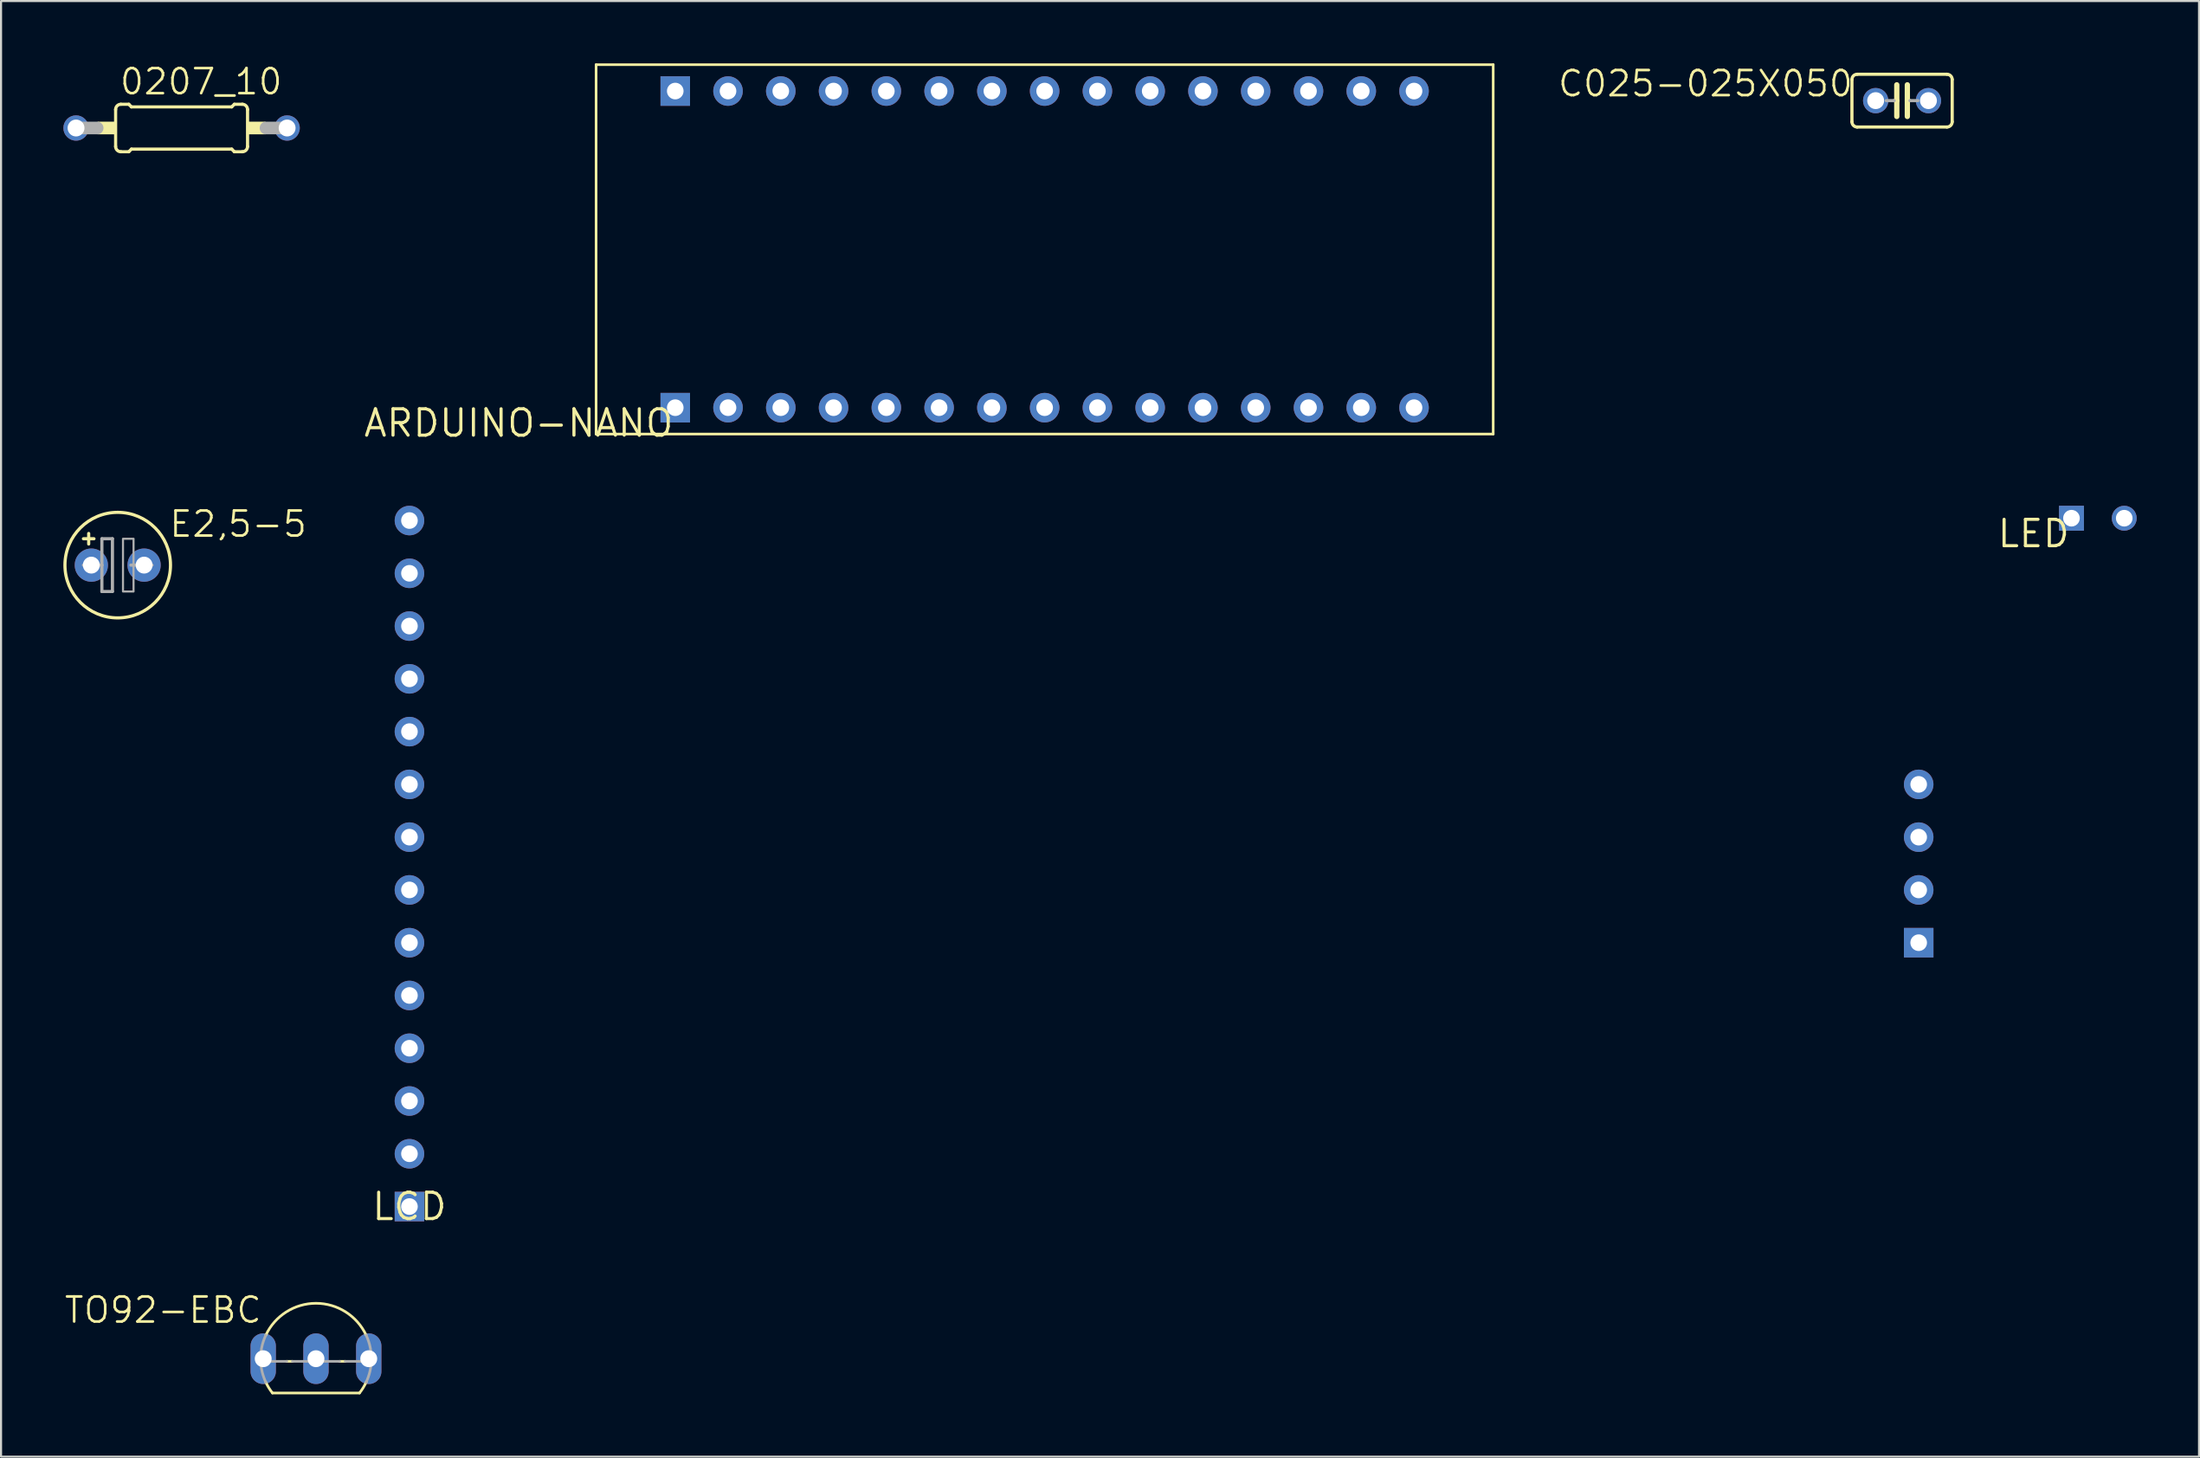
<source format=kicad_pcb>
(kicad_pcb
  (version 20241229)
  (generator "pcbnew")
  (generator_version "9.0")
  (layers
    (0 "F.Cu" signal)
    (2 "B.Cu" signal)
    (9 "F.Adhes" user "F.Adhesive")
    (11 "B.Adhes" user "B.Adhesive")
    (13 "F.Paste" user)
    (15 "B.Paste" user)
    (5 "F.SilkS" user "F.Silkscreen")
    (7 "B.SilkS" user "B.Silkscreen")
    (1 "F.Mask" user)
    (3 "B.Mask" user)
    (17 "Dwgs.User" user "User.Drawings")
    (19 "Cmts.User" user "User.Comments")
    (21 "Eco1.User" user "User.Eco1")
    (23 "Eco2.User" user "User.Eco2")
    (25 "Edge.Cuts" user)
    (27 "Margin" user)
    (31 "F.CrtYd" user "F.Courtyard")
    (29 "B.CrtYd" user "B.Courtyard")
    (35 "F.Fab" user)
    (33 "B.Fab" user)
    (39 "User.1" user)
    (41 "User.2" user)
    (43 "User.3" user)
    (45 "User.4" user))
  (footprint "LCD"
    (layer "F.Cu")
    (at 16.658 55.025)
    (property "Reference" "LCD" (at 0 0 0) (layer "F.SilkS") (effects (font (size 1.27 1.27) (thickness 0.15))))
    (attr through_hole)
    (pad "CS" thru_hole circle (at 0 -5.08 90) (size 1.422 1.422) (drill 0.8) (layers "*.Cu" "*.Mask"))
    (pad "D/C" thru_hole circle (at 0 -10.16 90) (size 1.422 1.422) (drill 0.8) (layers "*.Cu" "*.Mask"))
    (pad "GND" thru_hole circle (at 0 -2.54 90) (size 1.422 1.422) (drill 0.8) (layers "*.Cu" "*.Mask"))
    (pad "LED" thru_hole circle (at 0 -17.78 90) (size 1.422 1.422) (drill 0.8) (layers "*.Cu" "*.Mask"))
    (pad "MISO" thru_hole circle (at 0 -20.32 90) (size 1.422 1.422) (drill 0.8) (layers "*.Cu" "*.Mask"))
    (pad "MOSI" thru_hole circle (at 0 -12.7 90) (size 1.422 1.422) (drill 0.8) (layers "*.Cu" "*.Mask"))
    (pad "RST" thru_hole circle (at 0 -7.62 90) (size 1.422 1.422) (drill 0.8) (layers "*.Cu" "*.Mask"))
    (pad "SCK" thru_hole circle (at 0 -15.24 90) (size 1.422 1.422) (drill 0.8) (layers "*.Cu" "*.Mask"))
    (pad "SD_CS" thru_hole rect (at 72.644 -12.7) (size 1.422 1.422) (drill 0.8) (layers "*.Cu" "*.Mask"))
    (pad "SD_MISO" thru_hole circle (at 72.644 -17.78) (size 1.422 1.422) (drill 0.8) (layers "*.Cu" "*.Mask"))
    (pad "SD_MOSI" thru_hole circle (at 72.644 -15.24) (size 1.422 1.422) (drill 0.8) (layers "*.Cu" "*.Mask"))
    (pad "SD_SCK" thru_hole circle (at 72.644 -20.32) (size 1.422 1.422) (drill 0.8) (layers "*.Cu" "*.Mask"))
    (pad "T_CLK" thru_hole circle (at 0 -22.86 90) (size 1.422 1.422) (drill 0.8) (layers "*.Cu" "*.Mask"))
    (pad "T_CS" thru_hole circle (at 0 -25.4 90) (size 1.422 1.422) (drill 0.8) (layers "*.Cu" "*.Mask"))
    (pad "T_DIN" thru_hole circle (at 0 -27.94 90) (size 1.422 1.422) (drill 0.8) (layers "*.Cu" "*.Mask"))
    (pad "T_DO" thru_hole circle (at 0 -30.48 90) (size 1.422 1.422) (drill 0.8) (layers "*.Cu" "*.Mask"))
    (pad "T_IRQ" thru_hole circle (at 0 -33.02 90) (size 1.422 1.422) (drill 0.8) (layers "*.Cu" "*.Mask"))
    (pad "VCC" thru_hole rect (at 0 0 90) (size 1.422 1.422) (drill 0.8) (layers "*.Cu" "*.Mask")))
  (footprint "0207_10"
    (layer "F.Cu")
    (at 5.69 3.111)
    (property "Reference" "0207_10" (at -3.048 -1.524 0) (layer "F.SilkS") (effects (font (size 1.206 1.206) (thickness 0.127)) (justify left bottom)))
    (attr through_hole)
    (fp_line (start -3.175 0.889) (end -3.175 -0.889) (stroke (width 0.152) (type solid)) (layer "F.SilkS"))
    (fp_line (start -2.921 -1.143) (end -2.54 -1.143) (stroke (width 0.152) (type solid)) (layer "F.SilkS"))
    (fp_line (start -2.921 1.143) (end -2.54 1.143) (stroke (width 0.152) (type solid)) (layer "F.SilkS"))
    (fp_line (start -2.413 -1.016) (end -2.54 -1.143) (stroke (width 0.152) (type solid)) (layer "F.SilkS"))
    (fp_line (start -2.413 1.016) (end -2.54 1.143) (stroke (width 0.152) (type solid)) (layer "F.SilkS"))
    (fp_line (start 2.413 -1.016) (end -2.413 -1.016) (stroke (width 0.152) (type solid)) (layer "F.SilkS"))
    (fp_line (start 2.413 -1.016) (end 2.54 -1.143) (stroke (width 0.152) (type solid)) (layer "F.SilkS"))
    (fp_line (start 2.413 1.016) (end -2.413 1.016) (stroke (width 0.152) (type solid)) (layer "F.SilkS"))
    (fp_line (start 2.413 1.016) (end 2.54 1.143) (stroke (width 0.152) (type solid)) (layer "F.SilkS"))
    (fp_line (start 2.921 -1.143) (end 2.54 -1.143) (stroke (width 0.152) (type solid)) (layer "F.SilkS"))
    (fp_line (start 2.921 1.143) (end 2.54 1.143) (stroke (width 0.152) (type solid)) (layer "F.SilkS"))
    (fp_line (start 3.175 0.889) (end 3.175 -0.889) (stroke (width 0.152) (type solid)) (layer "F.SilkS"))
    (fp_arc (start -3.175 -0.889) (mid -3.100605 -1.068605) (end -2.921 -1.143) (stroke (width 0.1524) (type solid)) (layer "F.SilkS"))
    (fp_arc (start -2.921 1.143) (mid -3.100605 1.068605) (end -3.175 0.889) (stroke (width 0.1524) (type solid)) (layer "F.SilkS"))
    (fp_arc (start 2.921 -1.143) (mid 3.100605 -1.068605) (end 3.175 -0.889) (stroke (width 0.1524) (type solid)) (layer "F.SilkS"))
    (fp_arc (start 3.175 0.889) (mid 3.100605 1.068605) (end 2.921 1.143) (stroke (width 0.1524) (type solid)) (layer "F.SilkS"))
    (fp_poly (pts (xy -4.039 0.305) (xy -3.175 0.305) (xy -3.175 -0.305) (xy -4.039 -0.305)) (stroke (width 0) (type solid)) (fill yes) (layer "F.SilkS"))
    (fp_poly (pts (xy 3.175 0.305) (xy 4.039 0.305) (xy 4.039 -0.305) (xy 3.175 -0.305)) (stroke (width 0) (type solid)) (fill yes) (layer "F.SilkS"))
    (fp_line (start -5.08 0) (end -4.064 0) (stroke (width 0.61) (type solid)) (layer "F.Fab"))
    (fp_line (start 5.08 0) (end 4.064 0) (stroke (width 0.61) (type solid)) (layer "F.Fab"))
    (pad "1" thru_hole circle (at -5.08 0) (size 1.219 1.219) (drill 0.813) (layers "*.Cu" "*.Mask"))
    (pad "2" thru_hole circle (at 5.08 0) (size 1.219 1.219) (drill 0.813) (layers "*.Cu" "*.Mask")))
  (footprint "LED"
    (layer "F.Cu")
    (at 96.656 21.893)
    (property "Reference" "LED" (at 0 0 0) (layer "F.SilkS") (effects (font (size 1.27 1.27) (thickness 0.15)) (justify right top)))
    (attr through_hole)
    (pad "+" thru_hole rect (at 0 0) (size 1.2 1.2) (drill 0.8) (layers "*.Cu" "*.Mask"))
    (pad "-" thru_hole circle (at 2.54 0) (size 1.2 1.2) (drill 0.8) (layers "*.Cu" "*.Mask")))
  (footprint "C025-025X050"
    (layer "F.Cu")
    (at 88.502 1.794)
    (property "Reference" "C025-025X050" (at -2.286 -1.524 0) (layer "F.SilkS") (effects (font (size 1.206 1.206) (thickness 0.127)) (justify right top)))
    (attr through_hole)
    (fp_line (start -2.413 -1.016) (end -2.413 1.016) (stroke (width 0.152) (type solid)) (layer "F.SilkS"))
    (fp_line (start -2.159 -1.27) (end 2.159 -1.27) (stroke (width 0.152) (type solid)) (layer "F.SilkS"))
    (fp_line (start -0.254 -0.762) (end -0.254 0) (stroke (width 0.254) (type solid)) (layer "F.SilkS"))
    (fp_line (start -0.254 0) (end -0.381 0) (stroke (width 0.152) (type solid)) (layer "F.SilkS"))
    (fp_line (start -0.254 0) (end -0.254 0.762) (stroke (width 0.254) (type solid)) (layer "F.SilkS"))
    (fp_line (start 0.254 0) (end 0.254 -0.762) (stroke (width 0.254) (type solid)) (layer "F.SilkS"))
    (fp_line (start 0.254 0) (end 0.254 0.762) (stroke (width 0.254) (type solid)) (layer "F.SilkS"))
    (fp_line (start 0.381 0) (end 0.254 0) (stroke (width 0.152) (type solid)) (layer "F.SilkS"))
    (fp_line (start 2.159 1.27) (end -2.159 1.27) (stroke (width 0.152) (type solid)) (layer "F.SilkS"))
    (fp_line (start 2.413 -1.016) (end 2.413 1.016) (stroke (width 0.152) (type solid)) (layer "F.SilkS"))
    (fp_arc (start -2.413 -1.016) (mid -2.338605 -1.195605) (end -2.159 -1.27) (stroke (width 0.1524) (type solid)) (layer "F.SilkS"))
    (fp_arc (start -2.159 1.27) (mid -2.338605 1.195605) (end -2.413 1.016) (stroke (width 0.1524) (type solid)) (layer "F.SilkS"))
    (fp_arc (start 2.159 -1.27) (mid 2.338605 -1.195605) (end 2.413 -1.016) (stroke (width 0.1524) (type solid)) (layer "F.SilkS"))
    (fp_arc (start 2.413 1.016) (mid 2.338605 1.195605) (end 2.159 1.27) (stroke (width 0.1524) (type solid)) (layer "F.SilkS"))
    (fp_line (start -0.381 0) (end -0.762 0) (stroke (width 0.152) (type solid)) (layer "F.Fab"))
    (fp_line (start 0.762 0) (end 0.381 0) (stroke (width 0.152) (type solid)) (layer "F.Fab"))
    (pad "1" thru_hole circle (at -1.27 0) (size 1.219 1.219) (drill 0.813) (layers "*.Cu" "*.Mask"))
    (pad "2" thru_hole circle (at 1.27 0) (size 1.219 1.219) (drill 0.813) (layers "*.Cu" "*.Mask")))
  (footprint "ARDUINO-NANO"
    (layer "F.Cu")
    (at 29.452 16.573)
    (property "Reference" "ARDUINO-NANO" (at 0 0 0) (layer "F.SilkS") (effects (font (size 1.27 1.27) (thickness 0.15)) (justify right top)))
    (attr through_hole)
    (fp_line (start -3.81 -16.51) (end 39.37 -16.51) (stroke (width 0.127) (type solid)) (layer "F.SilkS"))
    (fp_line (start -3.81 1.27) (end -3.81 -16.51) (stroke (width 0.127) (type solid)) (layer "F.SilkS"))
    (fp_line (start 39.37 -16.51) (end 39.37 1.27) (stroke (width 0.127) (type solid)) (layer "F.SilkS"))
    (fp_line (start 39.37 1.27) (end -3.81 1.27) (stroke (width 0.127) (type solid)) (layer "F.SilkS"))
    (pad "3V3" thru_hole circle (at 33.02 -15.24 90) (size 1.422 1.422) (drill 0.8) (layers "*.Cu" "*.Mask"))
    (pad "5V" thru_hole circle (at 7.62 -15.24 90) (size 1.422 1.422) (drill 0.8) (layers "*.Cu" "*.Mask"))
    (pad "A0" thru_hole circle (at 27.94 -15.24 90) (size 1.422 1.422) (drill 0.8) (layers "*.Cu" "*.Mask"))
    (pad "A1" thru_hole circle (at 25.4 -15.24 90) (size 1.422 1.422) (drill 0.8) (layers "*.Cu" "*.Mask"))
    (pad "A2" thru_hole circle (at 22.86 -15.24 90) (size 1.422 1.422) (drill 0.8) (layers "*.Cu" "*.Mask"))
    (pad "A3" thru_hole circle (at 20.32 -15.24 90) (size 1.422 1.422) (drill 0.8) (layers "*.Cu" "*.Mask"))
    (pad "A4" thru_hole circle (at 17.78 -15.24 90) (size 1.422 1.422) (drill 0.8) (layers "*.Cu" "*.Mask"))
    (pad "A5" thru_hole circle (at 15.24 -15.24 90) (size 1.422 1.422) (drill 0.8) (layers "*.Cu" "*.Mask"))
    (pad "A6" thru_hole circle (at 12.7 -15.24 90) (size 1.422 1.422) (drill 0.8) (layers "*.Cu" "*.Mask"))
    (pad "A7" thru_hole circle (at 10.16 -15.24 90) (size 1.422 1.422) (drill 0.8) (layers "*.Cu" "*.Mask"))
    (pad "AREF" thru_hole circle (at 30.48 -15.24 90) (size 1.422 1.422) (drill 0.8) (layers "*.Cu" "*.Mask"))
    (pad "D0/RX" thru_hole circle (at 2.54 0 90) (size 1.422 1.422) (drill 0.8) (layers "*.Cu" "*.Mask"))
    (pad "D1/TX" thru_hole rect (at 0 0 90) (size 1.422 1.422) (drill 0.8) (layers "*.Cu" "*.Mask"))
    (pad "D2" thru_hole circle (at 10.16 0 90) (size 1.422 1.422) (drill 0.8) (layers "*.Cu" "*.Mask"))
    (pad "D3" thru_hole circle (at 12.7 0 90) (size 1.422 1.422) (drill 0.8) (layers "*.Cu" "*.Mask"))
    (pad "D4" thru_hole circle (at 15.24 0 90) (size 1.422 1.422) (drill 0.8) (layers "*.Cu" "*.Mask"))
    (pad "D5" thru_hole circle (at 17.78 0 90) (size 1.422 1.422) (drill 0.8) (layers "*.Cu" "*.Mask"))
    (pad "D6" thru_hole circle (at 20.32 0 90) (size 1.422 1.422) (drill 0.8) (layers "*.Cu" "*.Mask"))
    (pad "D7" thru_hole circle (at 22.86 0 90) (size 1.422 1.422) (drill 0.8) (layers "*.Cu" "*.Mask"))
    (pad "D8" thru_hole circle (at 25.4 0 90) (size 1.422 1.422) (drill 0.8) (layers "*.Cu" "*.Mask"))
    (pad "D9" thru_hole circle (at 27.94 0 90) (size 1.422 1.422) (drill 0.8) (layers "*.Cu" "*.Mask"))
    (pad "D10" thru_hole circle (at 30.48 0 90) (size 1.422 1.422) (drill 0.8) (layers "*.Cu" "*.Mask"))
    (pad "D11" thru_hole circle (at 33.02 0 90) (size 1.422 1.422) (drill 0.8) (layers "*.Cu" "*.Mask"))
    (pad "D12" thru_hole circle (at 35.56 0 90) (size 1.422 1.422) (drill 0.8) (layers "*.Cu" "*.Mask"))
    (pad "D13" thru_hole circle (at 35.56 -15.24 90) (size 1.422 1.422) (drill 0.8) (layers "*.Cu" "*.Mask"))
    (pad "GND1" thru_hole circle (at 7.62 0 90) (size 1.422 1.422) (drill 0.8) (layers "*.Cu" "*.Mask"))
    (pad "GND2" thru_hole circle (at 2.54 -15.24 90) (size 1.422 1.422) (drill 0.8) (layers "*.Cu" "*.Mask"))
    (pad "RST1" thru_hole circle (at 5.08 0 90) (size 1.422 1.422) (drill 0.8) (layers "*.Cu" "*.Mask"))
    (pad "RST2" thru_hole circle (at 5.08 -15.24 90) (size 1.422 1.422) (drill 0.8) (layers "*.Cu" "*.Mask"))
    (pad "VIN" thru_hole rect (at 0 -15.24 90) (size 1.422 1.422) (drill 0.8) (layers "*.Cu" "*.Mask")))
  (footprint "E2,5-5"
    (layer "F.Cu")
    (at 2.616 24.151)
    (property "Reference" "E2,5-5" (at 2.413 -1.27 0) (layer "F.SilkS") (effects (font (size 1.206 1.206) (thickness 0.127)) (justify left bottom)))
    (attr through_hole)
    (fp_line (start -1.651 -1.27) (end -1.397 -1.27) (stroke (width 0.152) (type solid)) (layer "F.SilkS"))
    (fp_line (start -1.397 -1.27) (end -1.397 -1.524) (stroke (width 0.152) (type solid)) (layer "F.SilkS"))
    (fp_line (start -1.397 -1.27) (end -1.143 -1.27) (stroke (width 0.152) (type solid)) (layer "F.SilkS"))
    (fp_line (start -1.397 -1.016) (end -1.397 -1.27) (stroke (width 0.152) (type solid)) (layer "F.SilkS"))
    (fp_circle (center 0 0) (end 2.54 0) (stroke (width 0.152) (type solid)) (fill no) (layer "F.SilkS"))
    (fp_line (start -1.651 0) (end -0.762 0) (stroke (width 0.152) (type solid)) (layer "F.Fab"))
    (fp_line (start -0.762 -1.27) (end -0.762 0) (stroke (width 0.152) (type solid)) (layer "F.Fab"))
    (fp_line (start -0.762 0) (end -0.762 1.27) (stroke (width 0.152) (type solid)) (layer "F.Fab"))
    (fp_line (start -0.762 1.27) (end -0.254 1.27) (stroke (width 0.152) (type solid)) (layer "F.Fab"))
    (fp_line (start -0.254 -1.27) (end -0.762 -1.27) (stroke (width 0.152) (type solid)) (layer "F.Fab"))
    (fp_line (start -0.254 1.27) (end -0.254 -1.27) (stroke (width 0.152) (type solid)) (layer "F.Fab"))
    (fp_line (start 0.635 0) (end 1.651 0) (stroke (width 0.152) (type solid)) (layer "F.Fab"))
    (fp_poly (pts (xy 0.254 1.27) (xy 0.762 1.27) (xy 0.762 -1.27) (xy 0.254 -1.27)) (stroke (width 0.1) (type solid)) (fill no) (layer "F.Fab"))
    (pad "+" thru_hole circle (at -1.27 0) (size 1.6 1.6) (drill 0.813) (layers "*.Cu" "*.Mask"))
    (pad "-" thru_hole circle (at 1.27 0) (size 1.6 1.6) (drill 0.813) (layers "*.Cu" "*.Mask")))
  (footprint "TO92-EBC"
    (layer "F.Cu")
    (at 12.159 61.079)
    (property "Reference" "TO92-EBC" (at -2.54 -1.778 0) (layer "F.SilkS") (effects (font (size 1.206 1.206) (thickness 0.127)) (justify right top)))
    (attr through_hole)
    (fp_line (start -2.095 2.921) (end 2.095 2.921) (stroke (width 0.127) (type solid)) (layer "F.SilkS"))
    (fp_line (start -1.136 1.397) (end -1.404 1.397) (stroke (width 0.127) (type solid)) (layer "F.SilkS"))
    (fp_line (start 1.404 1.397) (end 1.136 1.397) (stroke (width 0.127) (type solid)) (layer "F.SilkS"))
    (fp_arc (start -2.413 0.1341) (mid -0.000001 -1.396986) (end 2.412999 0.134099) (stroke (width 0.127) (type solid)) (layer "F.SilkS"))
    (fp_arc (start -2.095 2.921) (mid -2.268918 2.67252) (end -2.4135 2.4059) (stroke (width 0.127) (type solid)) (layer "F.SilkS"))
    (fp_arc (start 2.4247 2.3818) (mid 2.275878 2.661201) (end 2.095 2.921) (stroke (width 0.127) (type solid)) (layer "F.SilkS"))
    (fp_line (start -1.404 1.397) (end -2.664 1.397) (stroke (width 0.127) (type solid)) (layer "F.Fab"))
    (fp_line (start 1.136 1.397) (end -1.136 1.397) (stroke (width 0.127) (type solid)) (layer "F.Fab"))
    (fp_line (start 2.664 1.397) (end 1.404 1.397) (stroke (width 0.127) (type solid)) (layer "F.Fab"))
    (fp_arc (start -2.664 1.397) (mid -2.615858 0.750175) (end -2.413 0.1341) (stroke (width 0.127) (type solid)) (layer "F.Fab"))
    (fp_arc (start -2.413 2.4059) (mid -2.588137 1.913799) (end -2.664 1.397) (stroke (width 0.127) (type solid)) (layer "F.Fab"))
    (fp_arc (start 2.413 0.1341) (mid 2.615858 0.750175) (end 2.664 1.397) (stroke (width 0.127) (type solid)) (layer "F.Fab"))
    (fp_arc (start 2.664 1.397) (mid 2.588137 1.913799) (end 2.413 2.4059) (stroke (width 0.127) (type solid)) (layer "F.Fab"))
    (pad "B" thru_hole oval (at 0 1.27 90) (size 2.438 1.219) (drill 0.813) (layers "*.Cu" "*.Mask"))
    (pad "C" thru_hole oval (at 2.54 1.27 90) (size 2.438 1.219) (drill 0.813) (layers "*.Cu" "*.Mask"))
    (pad "E" thru_hole oval (at -2.54 1.27 90) (size 2.438 1.219) (drill 0.813) (layers "*.Cu" "*.Mask")))
  (gr_rect
    (start -3 -3)
    (end 102.796 67.063)
    (stroke (width 0.1) (type default))
    (fill no)
    (layer "Edge.Cuts")))
</source>
